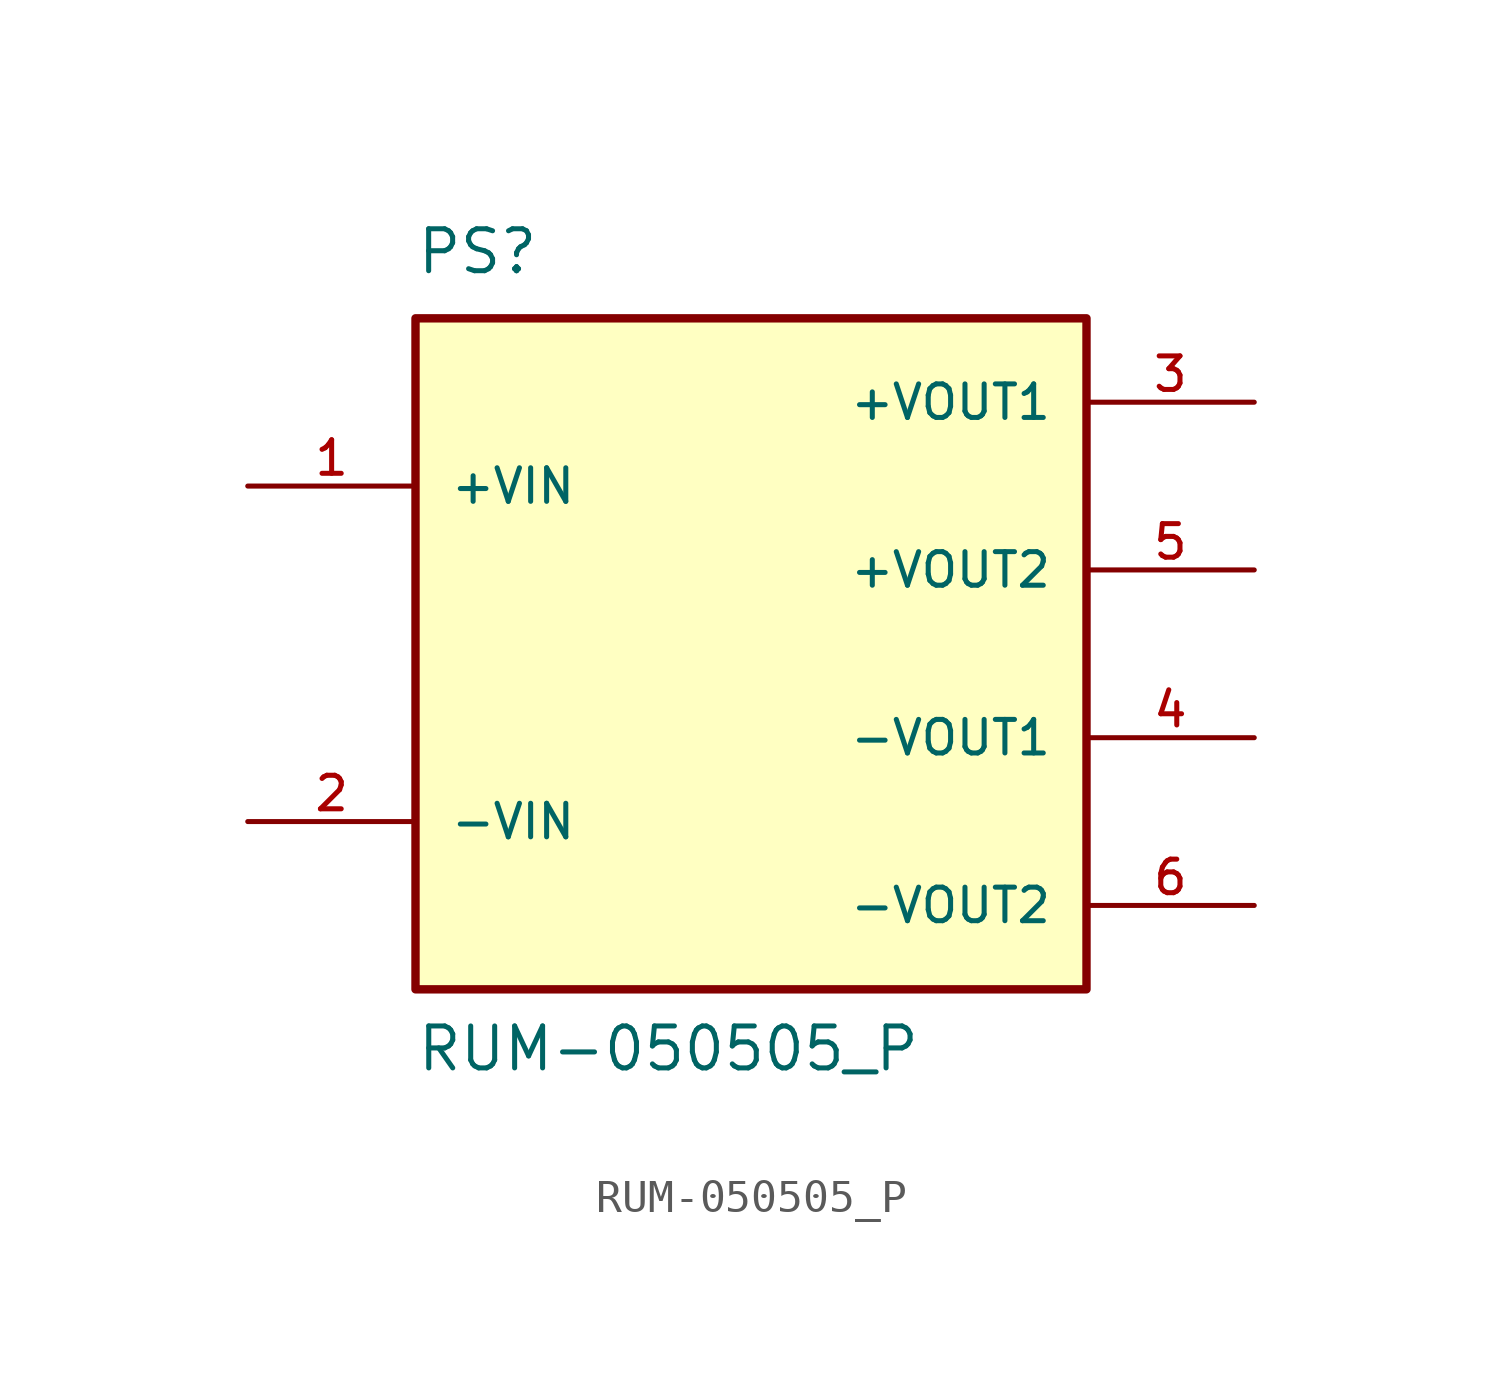
<source format=kicad_sym>
(kicad_symbol_lib
  (version 20211014)
  (generator kicad_symbol_editor)
  (symbol "RUM-050505_P"
    (pin_names
      (offset 1.016))
    (property "Reference" "PS"
      (at -10.164 11.438 0)
      (effects (font (size 1.27 1.27)) (justify bottom left)))
    (property "Value" "RUM-050505_P"
      (at -10.161 -12.703 0)
      (effects (font (size 1.27 1.27)) (justify bottom left)))
    (symbol "RUM-050505_P_0_0"
      (rectangle (start -10.16 -10.16) (end 10.16 10.16) (stroke (width 0.254)) (fill (type background)))
      (pin input line (at -15.24 5.08 0) (length 5.08) (name "+VIN" (effects (font (size 1.016 1.016)))) (number "1" (effects (font (size 1.016 1.016)))))
      (pin output line (at 15.24 7.62 180.0) (length 5.08) (name "+VOUT1" (effects (font (size 1.016 1.016)))) (number "3" (effects (font (size 1.016 1.016)))))
      (pin input line (at -15.24 -5.08 0) (length 5.08) (name "-VIN" (effects (font (size 1.016 1.016)))) (number "2" (effects (font (size 1.016 1.016)))))
      (pin output line (at 15.24 -2.54 180.0) (length 5.08) (name "-VOUT1" (effects (font (size 1.016 1.016)))) (number "4" (effects (font (size 1.016 1.016)))))
      (pin output line (at 15.24 2.54 180.0) (length 5.08) (name "+VOUT2" (effects (font (size 1.016 1.016)))) (number "5" (effects (font (size 1.016 1.016)))))
      (pin output line (at 15.24 -7.62 180.0) (length 5.08) (name "-VOUT2" (effects (font (size 1.016 1.016)))) (number "6" (effects (font (size 1.016 1.016))))))))
</source>
